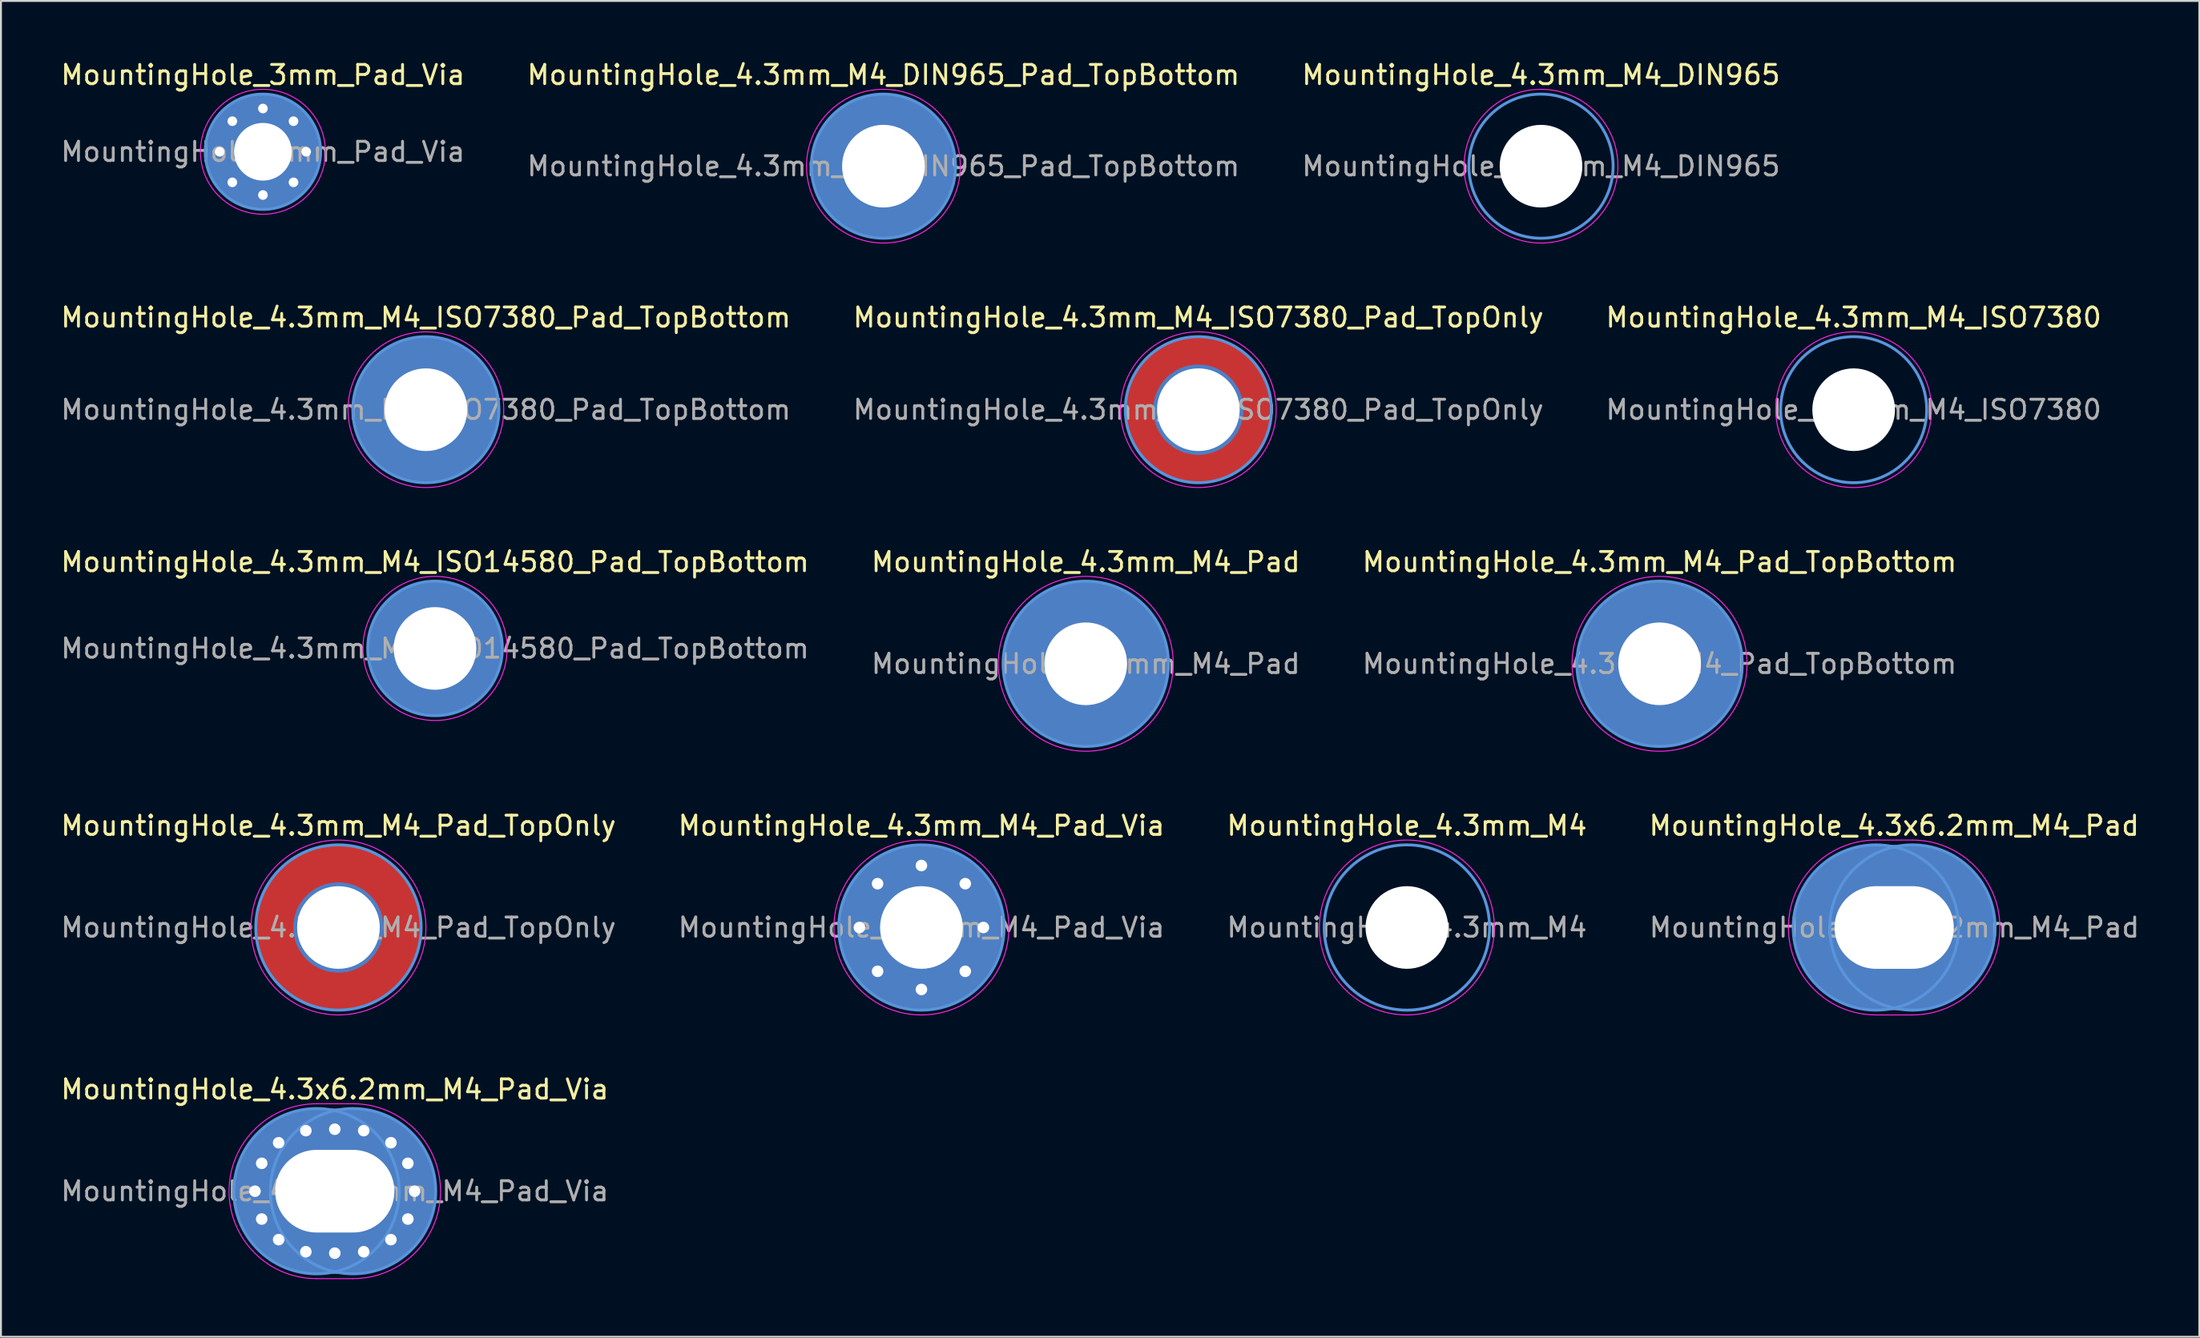
<source format=kicad_pcb>
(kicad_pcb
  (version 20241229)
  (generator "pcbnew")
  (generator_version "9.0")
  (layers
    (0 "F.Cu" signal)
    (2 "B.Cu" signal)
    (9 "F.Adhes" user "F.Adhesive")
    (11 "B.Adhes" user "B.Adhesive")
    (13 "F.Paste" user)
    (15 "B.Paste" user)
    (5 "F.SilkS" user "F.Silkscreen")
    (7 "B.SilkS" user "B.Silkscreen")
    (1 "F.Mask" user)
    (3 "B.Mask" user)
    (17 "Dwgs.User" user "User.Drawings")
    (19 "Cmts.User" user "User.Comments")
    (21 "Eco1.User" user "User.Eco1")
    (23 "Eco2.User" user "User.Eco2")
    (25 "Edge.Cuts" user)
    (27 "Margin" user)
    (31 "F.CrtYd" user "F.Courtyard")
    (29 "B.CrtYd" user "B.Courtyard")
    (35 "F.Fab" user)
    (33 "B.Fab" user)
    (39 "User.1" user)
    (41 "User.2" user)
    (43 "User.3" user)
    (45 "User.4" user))
  (footprint "MountingHole_4.3mm_M4_DIN965"
    (layer "F.Cu")
    (at 77.101 5.598)
    (property "Reference" "MountingHole_4.3mm_M4_DIN965" (at 0 -4.75 0) (layer "F.SilkS") (effects (font (size 1 1) (thickness 0.15))))
    (attr exclude_from_pos_files exclude_from_bom)
    (fp_circle (center 0 0) (end 3.75 0) (stroke (width 0.15) (type solid)) (fill no) (layer "Cmts.User"))
    (fp_circle (center 0 0) (end 4 0) (stroke (width 0.05) (type solid)) (fill no) (layer "F.CrtYd"))
    (fp_text user "${REFERENCE}" (at 0 0 0) (layer "F.Fab") (effects (font (size 1 1) (thickness 0.15))))
    (pad "" np_thru_hole circle (at 0 0) (size 4.3 4.3) (drill 4.3) (layers "*.Cu" "*.Mask")))
  (footprint "MountingHole_4.3mm_M4_DIN965_Pad_TopBottom"
    (layer "F.Cu")
    (at 42.899 5.598)
    (property "Reference" "MountingHole_4.3mm_M4_DIN965_Pad_TopBottom" (at 0 -4.75 0) (layer "F.SilkS") (effects (font (size 1 1) (thickness 0.15))))
    (attr exclude_from_pos_files exclude_from_bom)
    (fp_circle (center 0 0) (end 3.75 0) (stroke (width 0.15) (type solid)) (fill no) (layer "Cmts.User"))
    (fp_circle (center 0 0) (end 4 0) (stroke (width 0.05) (type solid)) (fill no) (layer "F.CrtYd"))
    (fp_text user "${REFERENCE}" (at 0 0 0) (layer "F.Fab") (effects (font (size 1 1) (thickness 0.15))))
    (pad "1" thru_hole circle (at 0 0) (size 4.7 4.7) (drill 4.3) (layers "*.Cu" "*.Mask"))
    (pad "1" connect circle (at 0 0) (size 7.5 7.5) (layers "F.Cu" "F.Mask"))
    (pad "1" connect circle (at 0 0) (size 7.5 7.5) (layers "B.Cu" "B.Mask")))
  (footprint "MountingHole_4.3mm_M4_ISO7380"
    (layer "F.Cu")
    (at 93.363 18.271)
    (property "Reference" "MountingHole_4.3mm_M4_ISO7380" (at 0 -4.8 0) (layer "F.SilkS") (effects (font (size 1 1) (thickness 0.15))))
    (attr exclude_from_pos_files exclude_from_bom)
    (fp_circle (center 0 0) (end 3.8 0) (stroke (width 0.15) (type solid)) (fill no) (layer "Cmts.User"))
    (fp_circle (center 0 0) (end 4.05 0) (stroke (width 0.05) (type solid)) (fill no) (layer "F.CrtYd"))
    (fp_text user "${REFERENCE}" (at 0 0 0) (layer "F.Fab") (effects (font (size 1 1) (thickness 0.15))))
    (pad "" np_thru_hole circle (at 0 0) (size 4.3 4.3) (drill 4.3) (layers "*.Cu" "*.Mask")))
  (footprint "MountingHole_4.3mm_M4"
    (layer "F.Cu")
    (at 70.125 45.218)
    (property "Reference" "MountingHole_4.3mm_M4" (at 0 -5.3 0) (layer "F.SilkS") (effects (font (size 1 1) (thickness 0.15))))
    (attr exclude_from_pos_files exclude_from_bom)
    (fp_circle (center 0 0) (end 4.3 0) (stroke (width 0.15) (type solid)) (fill no) (layer "Cmts.User"))
    (fp_circle (center 0 0) (end 4.55 0) (stroke (width 0.05) (type solid)) (fill no) (layer "F.CrtYd"))
    (fp_text user "${REFERENCE}" (at 0 0 0) (layer "F.Fab") (effects (font (size 1 1) (thickness 0.15))))
    (pad "" np_thru_hole circle (at 0 0) (size 4.3 4.3) (drill 4.3) (layers "*.Cu" "*.Mask")))
  (footprint "MountingHole_4.3mm_M4_Pad_TopBottom"
    (layer "F.Cu")
    (at 83.268 31.495)
    (property "Reference" "MountingHole_4.3mm_M4_Pad_TopBottom" (at 0 -5.3 0) (layer "F.SilkS") (effects (font (size 1 1) (thickness 0.15))))
    (attr exclude_from_pos_files exclude_from_bom)
    (fp_circle (center 0 0) (end 4.3 0) (stroke (width 0.15) (type solid)) (fill no) (layer "Cmts.User"))
    (fp_circle (center 0 0) (end 4.55 0) (stroke (width 0.05) (type solid)) (fill no) (layer "F.CrtYd"))
    (fp_text user "${REFERENCE}" (at 0 0 0) (layer "F.Fab") (effects (font (size 1 1) (thickness 0.15))))
    (pad "1" thru_hole circle (at 0 0) (size 4.7 4.7) (drill 4.3) (layers "*.Cu" "*.Mask"))
    (pad "1" connect circle (at 0 0) (size 8.6 8.6) (layers "F.Cu" "F.Mask"))
    (pad "1" connect circle (at 0 0) (size 8.6 8.6) (layers "B.Cu" "B.Mask")))
  (footprint "MountingHole_4.3mm_M4_ISO7380_Pad_TopBottom"
    (layer "F.Cu")
    (at 19.101 18.271)
    (property "Reference" "MountingHole_4.3mm_M4_ISO7380_Pad_TopBottom" (at 0 -4.8 0) (layer "F.SilkS") (effects (font (size 1 1) (thickness 0.15))))
    (attr exclude_from_pos_files exclude_from_bom)
    (fp_circle (center 0 0) (end 3.8 0) (stroke (width 0.15) (type solid)) (fill no) (layer "Cmts.User"))
    (fp_circle (center 0 0) (end 4.05 0) (stroke (width 0.05) (type solid)) (fill no) (layer "F.CrtYd"))
    (fp_text user "${REFERENCE}" (at 0 0 0) (layer "F.Fab") (effects (font (size 1 1) (thickness 0.15))))
    (pad "1" thru_hole circle (at 0 0) (size 4.7 4.7) (drill 4.3) (layers "*.Cu" "*.Mask"))
    (pad "1" connect circle (at 0 0) (size 7.6 7.6) (layers "F.Cu" "F.Mask"))
    (pad "1" connect circle (at 0 0) (size 7.6 7.6) (layers "B.Cu" "B.Mask")))
  (footprint "MountingHole_4.3mm_M4_Pad_TopOnly"
    (layer "F.Cu")
    (at 14.554 45.218)
    (property "Reference" "MountingHole_4.3mm_M4_Pad_TopOnly" (at 0 -5.3 0) (layer "F.SilkS") (effects (font (size 1 1) (thickness 0.15))))
    (attr exclude_from_pos_files exclude_from_bom)
    (fp_circle (center 0 0) (end 4.3 0) (stroke (width 0.15) (type solid)) (fill no) (layer "Cmts.User"))
    (fp_circle (center 0 0) (end 4.55 0) (stroke (width 0.05) (type solid)) (fill no) (layer "F.CrtYd"))
    (fp_text user "${REFERENCE}" (at 0 0 0) (layer "F.Fab") (effects (font (size 1 1) (thickness 0.15))))
    (pad "1" thru_hole circle (at 0 0) (size 4.7 4.7) (drill 4.3) (layers "*.Cu" "*.Mask"))
    (pad "1" connect circle (at 0 0) (size 8.6 8.6) (layers "F.Cu" "F.Mask")))
  (footprint "MountingHole_4.3x6.2mm_M4_Pad_Via"
    (layer "F.Cu")
    (at 14.363 58.941)
    (property "Reference" "MountingHole_4.3x6.2mm_M4_Pad_Via" (at 0 -5.3 0) (layer "F.SilkS") (effects (font (size 1 1) (thickness 0.15))))
    (attr exclude_from_pos_files exclude_from_bom)
    (fp_circle (center -0.95 0) (end 3.35 0) (stroke (width 0.15) (type solid)) (fill no) (layer "Cmts.User"))
    (fp_circle (center 0.95 0) (end 5.25 0) (stroke (width 0.15) (type solid)) (fill no) (layer "Cmts.User"))
    (fp_line (start -0.95 -4.55) (end 0.95 -4.55) (stroke (width 0.05) (type solid)) (layer "F.CrtYd"))
    (fp_line (start 0.95 4.55) (end -0.95 4.55) (stroke (width 0.05) (type solid)) (layer "F.CrtYd"))
    (fp_arc (start -0.95 4.55) (mid -5.5 0) (end -0.95 -4.55) (stroke (width 0.05) (type solid)) (layer "F.CrtYd"))
    (fp_arc (start 0.95 -4.55) (mid 5.5 0) (end 0.95 4.55) (stroke (width 0.05) (type solid)) (layer "F.CrtYd"))
    (fp_text user "${REFERENCE}" (at 0 0 0) (layer "F.Fab") (effects (font (size 1 1) (thickness 0.15))))
    (pad "1" thru_hole circle (at -4.15 0) (size 0.9 0.9) (drill 0.6) (layers "*.Cu" "*.Mask"))
    (pad "1" thru_hole circle (at -3.801 -1.45) (size 0.9 0.9) (drill 0.6) (layers "*.Cu" "*.Mask"))
    (pad "1" thru_hole circle (at -3.801 1.45) (size 0.9 0.9) (drill 0.6) (layers "*.Cu" "*.Mask"))
    (pad "1" thru_hole circle (at -2.92 -2.521) (size 0.9 0.9) (drill 0.6) (layers "*.Cu" "*.Mask"))
    (pad "1" thru_hole circle (at -2.92 2.521) (size 0.9 0.9) (drill 0.6) (layers "*.Cu" "*.Mask"))
    (pad "1" thru_hole circle (at -1.505 -3.151) (size 0.9 0.9) (drill 0.6) (layers "*.Cu" "*.Mask"))
    (pad "1" thru_hole circle (at -1.505 3.151) (size 0.9 0.9) (drill 0.6) (layers "*.Cu" "*.Mask"))
    (pad "1" thru_hole circle (at 0 -3.225) (size 0.9 0.9) (drill 0.6) (layers "*.Cu" "*.Mask"))
    (pad "1" thru_hole oval (at 0 0) (size 10.4 8.6) (drill oval 6.2 4.3) (layers "*.Cu" "*.Mask"))
    (pad "1" thru_hole circle (at 0 3.225) (size 0.9 0.9) (drill 0.6) (layers "*.Cu" "*.Mask"))
    (pad "1" thru_hole circle (at 1.505 -3.151) (size 0.9 0.9) (drill 0.6) (layers "*.Cu" "*.Mask"))
    (pad "1" thru_hole circle (at 1.505 3.151) (size 0.9 0.9) (drill 0.6) (layers "*.Cu" "*.Mask"))
    (pad "1" thru_hole circle (at 2.92 -2.521) (size 0.9 0.9) (drill 0.6) (layers "*.Cu" "*.Mask"))
    (pad "1" thru_hole circle (at 2.92 2.521) (size 0.9 0.9) (drill 0.6) (layers "*.Cu" "*.Mask"))
    (pad "1" thru_hole circle (at 3.801 -1.45) (size 0.9 0.9) (drill 0.6) (layers "*.Cu" "*.Mask"))
    (pad "1" thru_hole circle (at 3.801 1.45) (size 0.9 0.9) (drill 0.6) (layers "*.Cu" "*.Mask"))
    (pad "1" thru_hole circle (at 4.15 0) (size 0.9 0.9) (drill 0.6) (layers "*.Cu" "*.Mask")))
  (footprint "MountingHole_4.3mm_M4_Pad"
    (layer "F.Cu")
    (at 53.423 31.495)
    (property "Reference" "MountingHole_4.3mm_M4_Pad" (at 0 -5.3 0) (layer "F.SilkS") (effects (font (size 1 1) (thickness 0.15))))
    (attr exclude_from_pos_files exclude_from_bom)
    (fp_circle (center 0 0) (end 4.3 0) (stroke (width 0.15) (type solid)) (fill no) (layer "Cmts.User"))
    (fp_circle (center 0 0) (end 4.55 0) (stroke (width 0.05) (type solid)) (fill no) (layer "F.CrtYd"))
    (fp_text user "${REFERENCE}" (at 0 0 0) (layer "F.Fab") (effects (font (size 1 1) (thickness 0.15))))
    (pad "1" thru_hole circle (at 0 0) (size 8.6 8.6) (drill 4.3) (layers "*.Cu" "*.Mask")))
  (footprint "MountingHole_4.3x6.2mm_M4_Pad"
    (layer "F.Cu")
    (at 95.47 45.218)
    (property "Reference" "MountingHole_4.3x6.2mm_M4_Pad" (at 0 -5.3 0) (layer "F.SilkS") (effects (font (size 1 1) (thickness 0.15))))
    (attr exclude_from_pos_files exclude_from_bom)
    (fp_circle (center -0.95 0) (end 3.35 0) (stroke (width 0.15) (type solid)) (fill no) (layer "Cmts.User"))
    (fp_circle (center 0.95 0) (end 5.25 0) (stroke (width 0.15) (type solid)) (fill no) (layer "Cmts.User"))
    (fp_line (start -0.95 -4.55) (end 0.95 -4.55) (stroke (width 0.05) (type solid)) (layer "F.CrtYd"))
    (fp_line (start 0.95 4.55) (end -0.95 4.55) (stroke (width 0.05) (type solid)) (layer "F.CrtYd"))
    (fp_arc (start -0.95 4.55) (mid -5.5 0) (end -0.95 -4.55) (stroke (width 0.05) (type solid)) (layer "F.CrtYd"))
    (fp_arc (start 0.95 -4.55) (mid 5.5 0) (end 0.95 4.55) (stroke (width 0.05) (type solid)) (layer "F.CrtYd"))
    (fp_text user "${REFERENCE}" (at 0.01 0 0) (layer "F.Fab") (effects (font (size 1 1) (thickness 0.15))))
    (pad "1" thru_hole oval (at 0 0) (size 10.4 8.6) (drill oval 6.2 4.3) (layers "*.Cu" "*.Mask")))
  (footprint "MountingHole_4.3mm_M4_ISO14580_Pad_TopBottom"
    (layer "F.Cu")
    (at 19.577 30.695)
    (property "Reference" "MountingHole_4.3mm_M4_ISO14580_Pad_TopBottom" (at 0 -4.5 0) (layer "F.SilkS") (effects (font (size 1 1) (thickness 0.15))))
    (attr exclude_from_pos_files exclude_from_bom)
    (fp_circle (center 0 0) (end 3.5 0) (stroke (width 0.15) (type solid)) (fill no) (layer "Cmts.User"))
    (fp_circle (center 0 0) (end 3.75 0) (stroke (width 0.05) (type solid)) (fill no) (layer "F.CrtYd"))
    (fp_text user "${REFERENCE}" (at 0 0 0) (layer "F.Fab") (effects (font (size 1 1) (thickness 0.15))))
    (pad "1" thru_hole circle (at 0 0) (size 4.7 4.7) (drill 4.3) (layers "*.Cu" "*.Mask"))
    (pad "1" connect circle (at 0 0) (size 7 7) (layers "F.Cu" "F.Mask"))
    (pad "1" connect circle (at 0 0) (size 7 7) (layers "B.Cu" "B.Mask")))
  (footprint "MountingHole_3mm_Pad_Via"
    (layer "F.Cu")
    (at 10.625 4.848)
    (property "Reference" "MountingHole_3mm_Pad_Via" (at 0 -4 0) (layer "F.SilkS") (effects (font (size 1 1) (thickness 0.15))))
    (attr exclude_from_pos_files exclude_from_bom)
    (fp_circle (center 0 0) (end 3 0) (stroke (width 0.15) (type solid)) (fill no) (layer "Cmts.User"))
    (fp_circle (center 0 0) (end 3.25 0) (stroke (width 0.05) (type solid)) (fill no) (layer "F.CrtYd"))
    (fp_text user "${REFERENCE}" (at 0 0 0) (layer "F.Fab") (effects (font (size 1 1) (thickness 0.15))))
    (pad "1" thru_hole circle (at -2.25 0) (size 0.8 0.8) (drill 0.5) (layers "*.Cu" "*.Mask"))
    (pad "1" thru_hole circle (at -1.591 -1.591) (size 0.8 0.8) (drill 0.5) (layers "*.Cu" "*.Mask"))
    (pad "1" thru_hole circle (at -1.591 1.591) (size 0.8 0.8) (drill 0.5) (layers "*.Cu" "*.Mask"))
    (pad "1" thru_hole circle (at 0 -2.25) (size 0.8 0.8) (drill 0.5) (layers "*.Cu" "*.Mask"))
    (pad "1" thru_hole circle (at 0 0) (size 6 6) (drill 3) (layers "*.Cu" "*.Mask"))
    (pad "1" thru_hole circle (at 0 2.25) (size 0.8 0.8) (drill 0.5) (layers "*.Cu" "*.Mask"))
    (pad "1" thru_hole circle (at 1.591 -1.591) (size 0.8 0.8) (drill 0.5) (layers "*.Cu" "*.Mask"))
    (pad "1" thru_hole circle (at 1.591 1.591) (size 0.8 0.8) (drill 0.5) (layers "*.Cu" "*.Mask"))
    (pad "1" thru_hole circle (at 2.25 0) (size 0.8 0.8) (drill 0.5) (layers "*.Cu" "*.Mask")))
  (footprint "MountingHole_4.3mm_M4_ISO7380_Pad_TopOnly"
    (layer "F.Cu")
    (at 59.28 18.271)
    (property "Reference" "MountingHole_4.3mm_M4_ISO7380_Pad_TopOnly" (at 0 -4.8 0) (layer "F.SilkS") (effects (font (size 1 1) (thickness 0.15))))
    (attr exclude_from_pos_files exclude_from_bom)
    (fp_circle (center 0 0) (end 3.8 0) (stroke (width 0.15) (type solid)) (fill no) (layer "Cmts.User"))
    (fp_circle (center 0 0) (end 4.05 0) (stroke (width 0.05) (type solid)) (fill no) (layer "F.CrtYd"))
    (fp_text user "${REFERENCE}" (at 0 0 0) (layer "F.Fab") (effects (font (size 1 1) (thickness 0.15))))
    (pad "1" thru_hole circle (at 0 0) (size 4.7 4.7) (drill 4.3) (layers "*.Cu" "*.Mask"))
    (pad "1" connect circle (at 0 0) (size 7.6 7.6) (layers "F.Cu" "F.Mask")))
  (footprint "MountingHole_4.3mm_M4_Pad_Via"
    (layer "F.Cu")
    (at 44.875 45.218)
    (property "Reference" "MountingHole_4.3mm_M4_Pad_Via" (at 0 -5.3 0) (layer "F.SilkS") (effects (font (size 1 1) (thickness 0.15))))
    (attr exclude_from_pos_files exclude_from_bom)
    (fp_circle (center 0 0) (end 4.3 0) (stroke (width 0.15) (type solid)) (fill no) (layer "Cmts.User"))
    (fp_circle (center 0 0) (end 4.55 0) (stroke (width 0.05) (type solid)) (fill no) (layer "F.CrtYd"))
    (fp_text user "${REFERENCE}" (at 0 0 0) (layer "F.Fab") (effects (font (size 1 1) (thickness 0.15))))
    (pad "1" thru_hole circle (at -3.225 0) (size 0.9 0.9) (drill 0.6) (layers "*.Cu" "*.Mask"))
    (pad "1" thru_hole circle (at -2.28 -2.28) (size 0.9 0.9) (drill 0.6) (layers "*.Cu" "*.Mask"))
    (pad "1" thru_hole circle (at -2.28 2.28) (size 0.9 0.9) (drill 0.6) (layers "*.Cu" "*.Mask"))
    (pad "1" thru_hole circle (at 0 -3.225) (size 0.9 0.9) (drill 0.6) (layers "*.Cu" "*.Mask"))
    (pad "1" thru_hole circle (at 0 0) (size 8.6 8.6) (drill 4.3) (layers "*.Cu" "*.Mask"))
    (pad "1" thru_hole circle (at 0 3.225) (size 0.9 0.9) (drill 0.6) (layers "*.Cu" "*.Mask"))
    (pad "1" thru_hole circle (at 2.28 -2.28) (size 0.9 0.9) (drill 0.6) (layers "*.Cu" "*.Mask"))
    (pad "1" thru_hole circle (at 2.28 2.28) (size 0.9 0.9) (drill 0.6) (layers "*.Cu" "*.Mask"))
    (pad "1" thru_hole circle (at 3.225 0) (size 0.9 0.9) (drill 0.6) (layers "*.Cu" "*.Mask")))
  (gr_rect
    (start -3 -3)
    (end 111.343 66.516)
    (stroke (width 0.1) (type default))
    (fill no)
    (layer "Edge.Cuts")))
</source>
